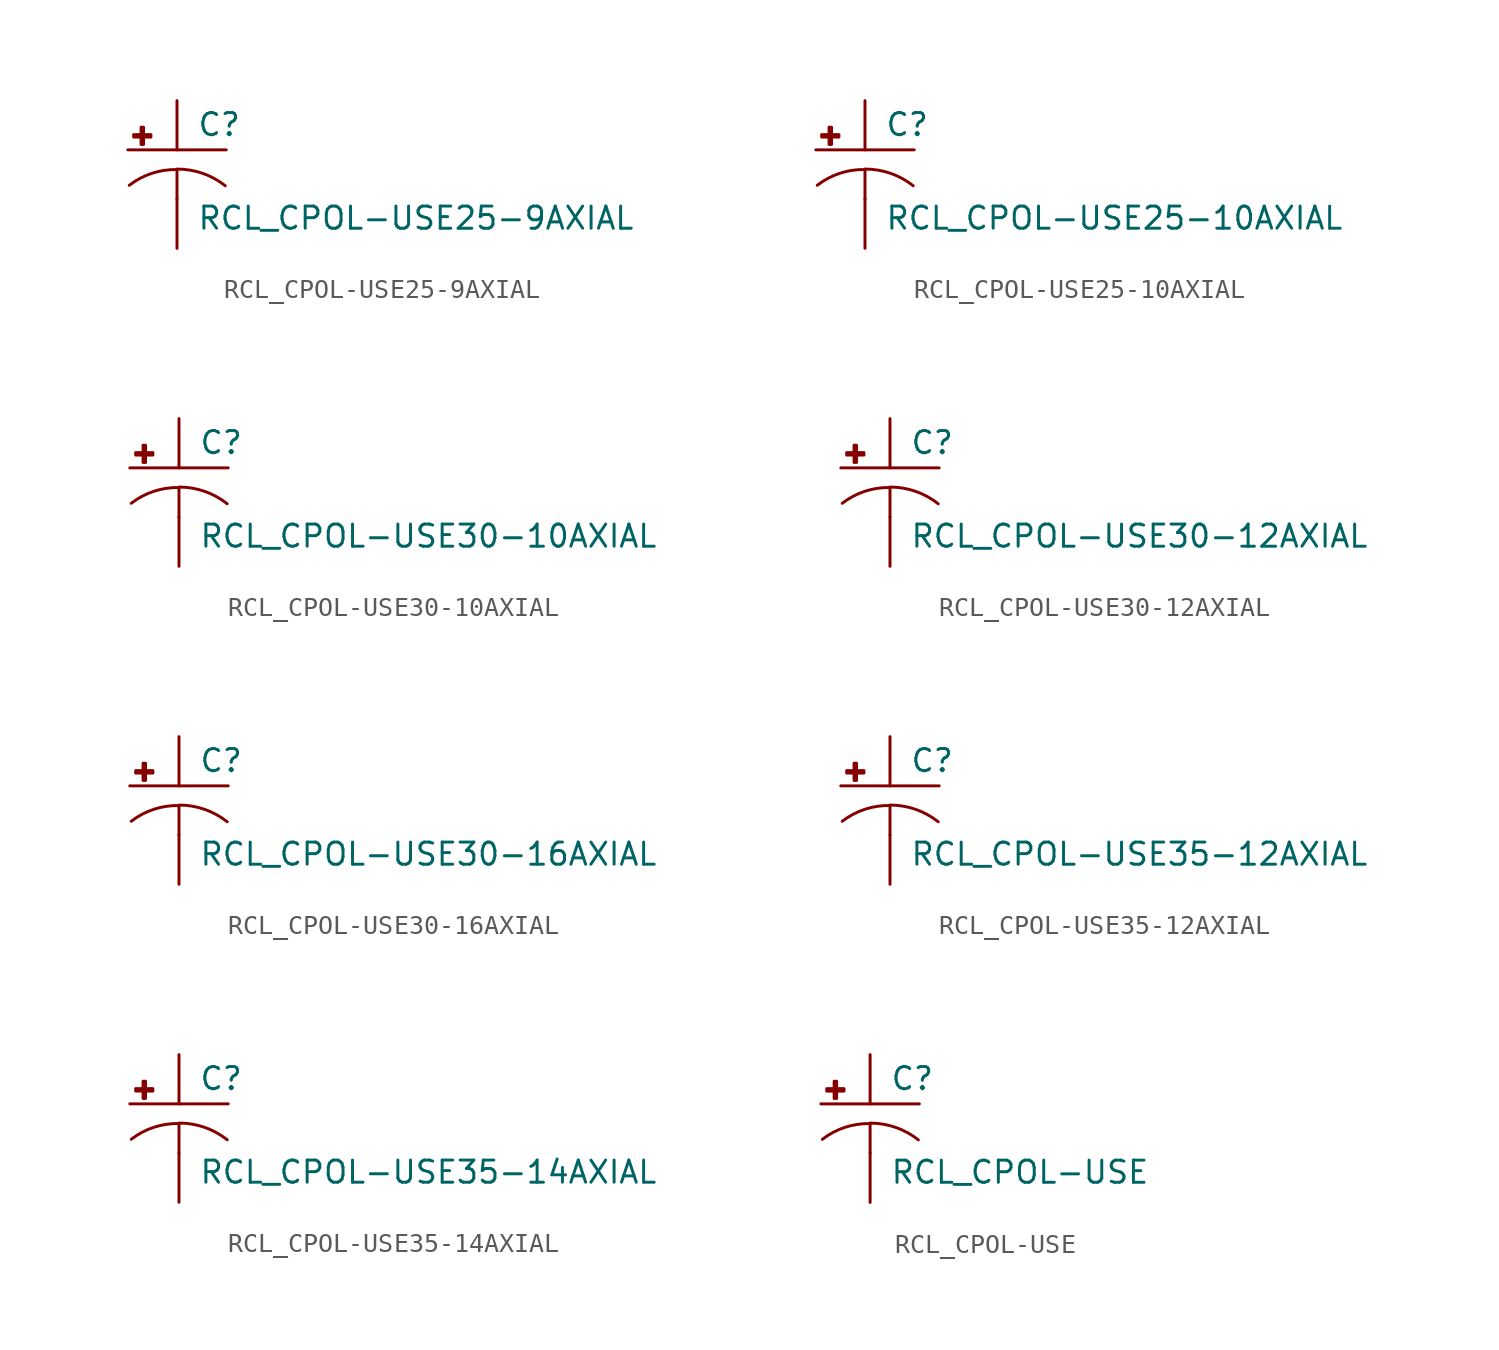
<source format=kicad_sym>
(kicad_symbol_lib
  (version 20210619)
  (generator kicad_symbol_editor)
  (symbol "RCL_CPOL-USE25-9AXIAL"
    (pin_numbers hide)
    (pin_names
      (offset 1.016) hide)
    (property "Reference" "C"
      (at 1.016 0.635 0)
      (effects (font (size 1.143 1.143)) (justify left bottom)))
    (property "Value" "RCL_CPOL-USE25-9AXIAL"
      (at 1.016 -4.191 0)
      (effects (font (size 1.143 1.143)) (justify left bottom)))
    (property "ki_locked" ""
      (at 0 0 0)
      (effects (font (size 1.27 1.27))))
    (symbol "RCL_CPOL-USE25-9AXIAL_1_0"
      (polyline (pts (xy -2.54 0) (xy 2.54 0)) (stroke (width 0)) (fill (type none)))
      (polyline (pts (xy 0 -1.016) (xy 0 -2.54)) (stroke (width 0)) (fill (type none)))
      (polyline (pts (xy 0 -1.016) (xy 0 -1.016)) (stroke (width 0)) (fill (type none))))
    (symbol "RCL_CPOL-USE25-9AXIAL_1_1"
      (arc (start 0 -1.016) (end -2.4638 -1.8288) (radius (at 0 -5.0546) (length 4.0386) (angles 90.1 127.3)) (stroke (width 0)) (fill (type none)))
      (arc (start 2.4892 -1.8542) (end 0 -0.9906) (radius (at 0 -5.0292) (length 4.0386) (angles 52.3 89.9)) (stroke (width 0)) (fill (type none)))
      (rectangle (start -2.235 0.66) (end -1.346 0.787) (stroke (width 0)) (fill (type outline)))
      (rectangle (start -1.854 0.279) (end -1.727 1.168) (stroke (width 0)) (fill (type outline)))
      (pin passive line (at 0 2.54 270) (length 2.54) (name "+" (effects (font (size 1.016 1.016)))) (number "+" (effects (font (size 1.016 1.016)))))
      (pin passive line (at 0 -5.08 90) (length 2.54) (name "-" (effects (font (size 1.016 1.016)))) (number "-" (effects (font (size 1.016 1.016)))))))
  (symbol "RCL_CPOL-USE25-10AXIAL"
    (pin_numbers hide)
    (pin_names
      (offset 1.016) hide)
    (property "Reference" "C"
      (at 1.016 0.635 0)
      (effects (font (size 1.143 1.143)) (justify left bottom)))
    (property "Value" "RCL_CPOL-USE25-10AXIAL"
      (at 1.016 -4.191 0)
      (effects (font (size 1.143 1.143)) (justify left bottom)))
    (property "ki_locked" ""
      (at 0 0 0)
      (effects (font (size 1.27 1.27))))
    (symbol "RCL_CPOL-USE25-10AXIAL_1_0"
      (polyline (pts (xy -2.54 0) (xy 2.54 0)) (stroke (width 0)) (fill (type none)))
      (polyline (pts (xy 0 -1.016) (xy 0 -2.54)) (stroke (width 0)) (fill (type none)))
      (polyline (pts (xy 0 -1.016) (xy 0 -1.016)) (stroke (width 0)) (fill (type none))))
    (symbol "RCL_CPOL-USE25-10AXIAL_1_1"
      (arc (start 0 -1.016) (end -2.4638 -1.8288) (radius (at 0 -5.0546) (length 4.0386) (angles 90.1 127.3)) (stroke (width 0)) (fill (type none)))
      (arc (start 2.4892 -1.8542) (end 0 -0.9906) (radius (at 0 -5.0292) (length 4.0386) (angles 52.3 89.9)) (stroke (width 0)) (fill (type none)))
      (rectangle (start -2.235 0.66) (end -1.346 0.787) (stroke (width 0)) (fill (type outline)))
      (rectangle (start -1.854 0.279) (end -1.727 1.168) (stroke (width 0)) (fill (type outline)))
      (pin passive line (at 0 2.54 270) (length 2.54) (name "+" (effects (font (size 1.016 1.016)))) (number "+" (effects (font (size 1.016 1.016)))))
      (pin passive line (at 0 -5.08 90) (length 2.54) (name "-" (effects (font (size 1.016 1.016)))) (number "-" (effects (font (size 1.016 1.016)))))))
  (symbol "RCL_CPOL-USE30-10AXIAL"
    (pin_numbers hide)
    (pin_names
      (offset 1.016) hide)
    (property "Reference" "C"
      (at 1.016 0.635 0)
      (effects (font (size 1.143 1.143)) (justify left bottom)))
    (property "Value" "RCL_CPOL-USE30-10AXIAL"
      (at 1.016 -4.191 0)
      (effects (font (size 1.143 1.143)) (justify left bottom)))
    (property "ki_locked" ""
      (at 0 0 0)
      (effects (font (size 1.27 1.27))))
    (symbol "RCL_CPOL-USE30-10AXIAL_1_0"
      (polyline (pts (xy -2.54 0) (xy 2.54 0)) (stroke (width 0)) (fill (type none)))
      (polyline (pts (xy 0 -1.016) (xy 0 -2.54)) (stroke (width 0)) (fill (type none)))
      (polyline (pts (xy 0 -1.016) (xy 0 -1.016)) (stroke (width 0)) (fill (type none))))
    (symbol "RCL_CPOL-USE30-10AXIAL_1_1"
      (arc (start 0 -1.016) (end -2.4638 -1.8288) (radius (at 0 -5.0546) (length 4.0386) (angles 90.1 127.3)) (stroke (width 0)) (fill (type none)))
      (arc (start 2.4892 -1.8542) (end 0 -0.9906) (radius (at 0 -5.0292) (length 4.0386) (angles 52.3 89.9)) (stroke (width 0)) (fill (type none)))
      (rectangle (start -2.235 0.66) (end -1.346 0.787) (stroke (width 0)) (fill (type outline)))
      (rectangle (start -1.854 0.279) (end -1.727 1.168) (stroke (width 0)) (fill (type outline)))
      (pin passive line (at 0 2.54 270) (length 2.54) (name "+" (effects (font (size 1.016 1.016)))) (number "+" (effects (font (size 1.016 1.016)))))
      (pin passive line (at 0 -5.08 90) (length 2.54) (name "-" (effects (font (size 1.016 1.016)))) (number "-" (effects (font (size 1.016 1.016)))))))
  (symbol "RCL_CPOL-USE30-12AXIAL"
    (pin_numbers hide)
    (pin_names
      (offset 1.016) hide)
    (property "Reference" "C"
      (at 1.016 0.635 0)
      (effects (font (size 1.143 1.143)) (justify left bottom)))
    (property "Value" "RCL_CPOL-USE30-12AXIAL"
      (at 1.016 -4.191 0)
      (effects (font (size 1.143 1.143)) (justify left bottom)))
    (property "ki_locked" ""
      (at 0 0 0)
      (effects (font (size 1.27 1.27))))
    (symbol "RCL_CPOL-USE30-12AXIAL_1_0"
      (polyline (pts (xy -2.54 0) (xy 2.54 0)) (stroke (width 0)) (fill (type none)))
      (polyline (pts (xy 0 -1.016) (xy 0 -2.54)) (stroke (width 0)) (fill (type none)))
      (polyline (pts (xy 0 -1.016) (xy 0 -1.016)) (stroke (width 0)) (fill (type none))))
    (symbol "RCL_CPOL-USE30-12AXIAL_1_1"
      (arc (start 0 -1.016) (end -2.4638 -1.8288) (radius (at 0 -5.0546) (length 4.0386) (angles 90.1 127.3)) (stroke (width 0)) (fill (type none)))
      (arc (start 2.4892 -1.8542) (end 0 -0.9906) (radius (at 0 -5.0292) (length 4.0386) (angles 52.3 89.9)) (stroke (width 0)) (fill (type none)))
      (rectangle (start -2.235 0.66) (end -1.346 0.787) (stroke (width 0)) (fill (type outline)))
      (rectangle (start -1.854 0.279) (end -1.727 1.168) (stroke (width 0)) (fill (type outline)))
      (pin passive line (at 0 2.54 270) (length 2.54) (name "+" (effects (font (size 1.016 1.016)))) (number "+" (effects (font (size 1.016 1.016)))))
      (pin passive line (at 0 -5.08 90) (length 2.54) (name "-" (effects (font (size 1.016 1.016)))) (number "-" (effects (font (size 1.016 1.016)))))))
  (symbol "RCL_CPOL-USE30-16AXIAL"
    (pin_numbers hide)
    (pin_names
      (offset 1.016) hide)
    (property "Reference" "C"
      (at 1.016 0.635 0)
      (effects (font (size 1.143 1.143)) (justify left bottom)))
    (property "Value" "RCL_CPOL-USE30-16AXIAL"
      (at 1.016 -4.191 0)
      (effects (font (size 1.143 1.143)) (justify left bottom)))
    (property "ki_locked" ""
      (at 0 0 0)
      (effects (font (size 1.27 1.27))))
    (symbol "RCL_CPOL-USE30-16AXIAL_1_0"
      (polyline (pts (xy -2.54 0) (xy 2.54 0)) (stroke (width 0)) (fill (type none)))
      (polyline (pts (xy 0 -1.016) (xy 0 -2.54)) (stroke (width 0)) (fill (type none)))
      (polyline (pts (xy 0 -1.016) (xy 0 -1.016)) (stroke (width 0)) (fill (type none))))
    (symbol "RCL_CPOL-USE30-16AXIAL_1_1"
      (arc (start 0 -1.016) (end -2.4638 -1.8288) (radius (at 0 -5.0546) (length 4.0386) (angles 90.1 127.3)) (stroke (width 0)) (fill (type none)))
      (arc (start 2.4892 -1.8542) (end 0 -0.9906) (radius (at 0 -5.0292) (length 4.0386) (angles 52.3 89.9)) (stroke (width 0)) (fill (type none)))
      (rectangle (start -2.235 0.66) (end -1.346 0.787) (stroke (width 0)) (fill (type outline)))
      (rectangle (start -1.854 0.279) (end -1.727 1.168) (stroke (width 0)) (fill (type outline)))
      (pin passive line (at 0 2.54 270) (length 2.54) (name "+" (effects (font (size 1.016 1.016)))) (number "+" (effects (font (size 1.016 1.016)))))
      (pin passive line (at 0 -5.08 90) (length 2.54) (name "-" (effects (font (size 1.016 1.016)))) (number "-" (effects (font (size 1.016 1.016)))))))
  (symbol "RCL_CPOL-USE35-12AXIAL"
    (pin_numbers hide)
    (pin_names
      (offset 1.016) hide)
    (property "Reference" "C"
      (at 1.016 0.635 0)
      (effects (font (size 1.143 1.143)) (justify left bottom)))
    (property "Value" "RCL_CPOL-USE35-12AXIAL"
      (at 1.016 -4.191 0)
      (effects (font (size 1.143 1.143)) (justify left bottom)))
    (property "ki_locked" ""
      (at 0 0 0)
      (effects (font (size 1.27 1.27))))
    (symbol "RCL_CPOL-USE35-12AXIAL_1_0"
      (polyline (pts (xy -2.54 0) (xy 2.54 0)) (stroke (width 0)) (fill (type none)))
      (polyline (pts (xy 0 -1.016) (xy 0 -2.54)) (stroke (width 0)) (fill (type none)))
      (polyline (pts (xy 0 -1.016) (xy 0 -1.016)) (stroke (width 0)) (fill (type none))))
    (symbol "RCL_CPOL-USE35-12AXIAL_1_1"
      (arc (start 0 -1.016) (end -2.4638 -1.8288) (radius (at 0 -5.0546) (length 4.0386) (angles 90.1 127.3)) (stroke (width 0)) (fill (type none)))
      (arc (start 2.4892 -1.8542) (end 0 -0.9906) (radius (at 0 -5.0292) (length 4.0386) (angles 52.3 89.9)) (stroke (width 0)) (fill (type none)))
      (rectangle (start -2.235 0.66) (end -1.346 0.787) (stroke (width 0)) (fill (type outline)))
      (rectangle (start -1.854 0.279) (end -1.727 1.168) (stroke (width 0)) (fill (type outline)))
      (pin passive line (at 0 2.54 270) (length 2.54) (name "+" (effects (font (size 1.016 1.016)))) (number "+" (effects (font (size 1.016 1.016)))))
      (pin passive line (at 0 -5.08 90) (length 2.54) (name "-" (effects (font (size 1.016 1.016)))) (number "-" (effects (font (size 1.016 1.016)))))))
  (symbol "RCL_CPOL-USE35-14AXIAL"
    (pin_numbers hide)
    (pin_names
      (offset 1.016) hide)
    (property "Reference" "C"
      (at 1.016 0.635 0)
      (effects (font (size 1.143 1.143)) (justify left bottom)))
    (property "Value" "RCL_CPOL-USE35-14AXIAL"
      (at 1.016 -4.191 0)
      (effects (font (size 1.143 1.143)) (justify left bottom)))
    (property "ki_locked" ""
      (at 0 0 0)
      (effects (font (size 1.27 1.27))))
    (symbol "RCL_CPOL-USE35-14AXIAL_1_0"
      (polyline (pts (xy -2.54 0) (xy 2.54 0)) (stroke (width 0)) (fill (type none)))
      (polyline (pts (xy 0 -1.016) (xy 0 -2.54)) (stroke (width 0)) (fill (type none)))
      (polyline (pts (xy 0 -1.016) (xy 0 -1.016)) (stroke (width 0)) (fill (type none))))
    (symbol "RCL_CPOL-USE35-14AXIAL_1_1"
      (arc (start 0 -1.016) (end -2.4638 -1.8288) (radius (at 0 -5.0546) (length 4.0386) (angles 90.1 127.3)) (stroke (width 0)) (fill (type none)))
      (arc (start 2.4892 -1.8542) (end 0 -0.9906) (radius (at 0 -5.0292) (length 4.0386) (angles 52.3 89.9)) (stroke (width 0)) (fill (type none)))
      (rectangle (start -2.235 0.66) (end -1.346 0.787) (stroke (width 0)) (fill (type outline)))
      (rectangle (start -1.854 0.279) (end -1.727 1.168) (stroke (width 0)) (fill (type outline)))
      (pin passive line (at 0 2.54 270) (length 2.54) (name "+" (effects (font (size 1.016 1.016)))) (number "+" (effects (font (size 1.016 1.016)))))
      (pin passive line (at 0 -5.08 90) (length 2.54) (name "-" (effects (font (size 1.016 1.016)))) (number "-" (effects (font (size 1.016 1.016)))))))
  (symbol "RCL_CPOL-USE"
    (pin_numbers hide)
    (pin_names
      (offset 1.016) hide)
    (property "Reference" "C"
      (at 1.016 0.635 0)
      (effects (font (size 1.143 1.143)) (justify left bottom)))
    (property "Value" "RCL_CPOL-USE"
      (at 1.016 -4.191 0)
      (effects (font (size 1.143 1.143)) (justify left bottom)))
    (property "ki_locked" ""
      (at 0 0 0)
      (effects (font (size 1.27 1.27))))
    (symbol "RCL_CPOL-USE_1_0"
      (polyline (pts (xy -2.54 0) (xy 2.54 0)) (stroke (width 0)) (fill (type none)))
      (polyline (pts (xy 0 -1.016) (xy 0 -2.54)) (stroke (width 0)) (fill (type none)))
      (polyline (pts (xy 0 -1.016) (xy 0 -1.016)) (stroke (width 0)) (fill (type none))))
    (symbol "RCL_CPOL-USE_1_1"
      (arc (start 0 -1.016) (end -2.4638 -1.8288) (radius (at 0 -5.0546) (length 4.0386) (angles 90.1 127.3)) (stroke (width 0)) (fill (type none)))
      (arc (start 2.4892 -1.8542) (end 0 -0.9906) (radius (at 0 -5.0292) (length 4.0386) (angles 52.3 89.9)) (stroke (width 0)) (fill (type none)))
      (rectangle (start -2.235 0.66) (end -1.346 0.787) (stroke (width 0)) (fill (type outline)))
      (rectangle (start -1.854 0.279) (end -1.727 1.168) (stroke (width 0)) (fill (type outline)))
      (pin passive line (at 0 2.54 270) (length 2.54) (name "+" (effects (font (size 1.016 1.016)))) (number "+" (effects (font (size 1.016 1.016)))))
      (pin passive line (at 0 -5.08 90) (length 2.54) (name "-" (effects (font (size 1.016 1.016)))) (number "-" (effects (font (size 1.016 1.016))))))))
</source>
